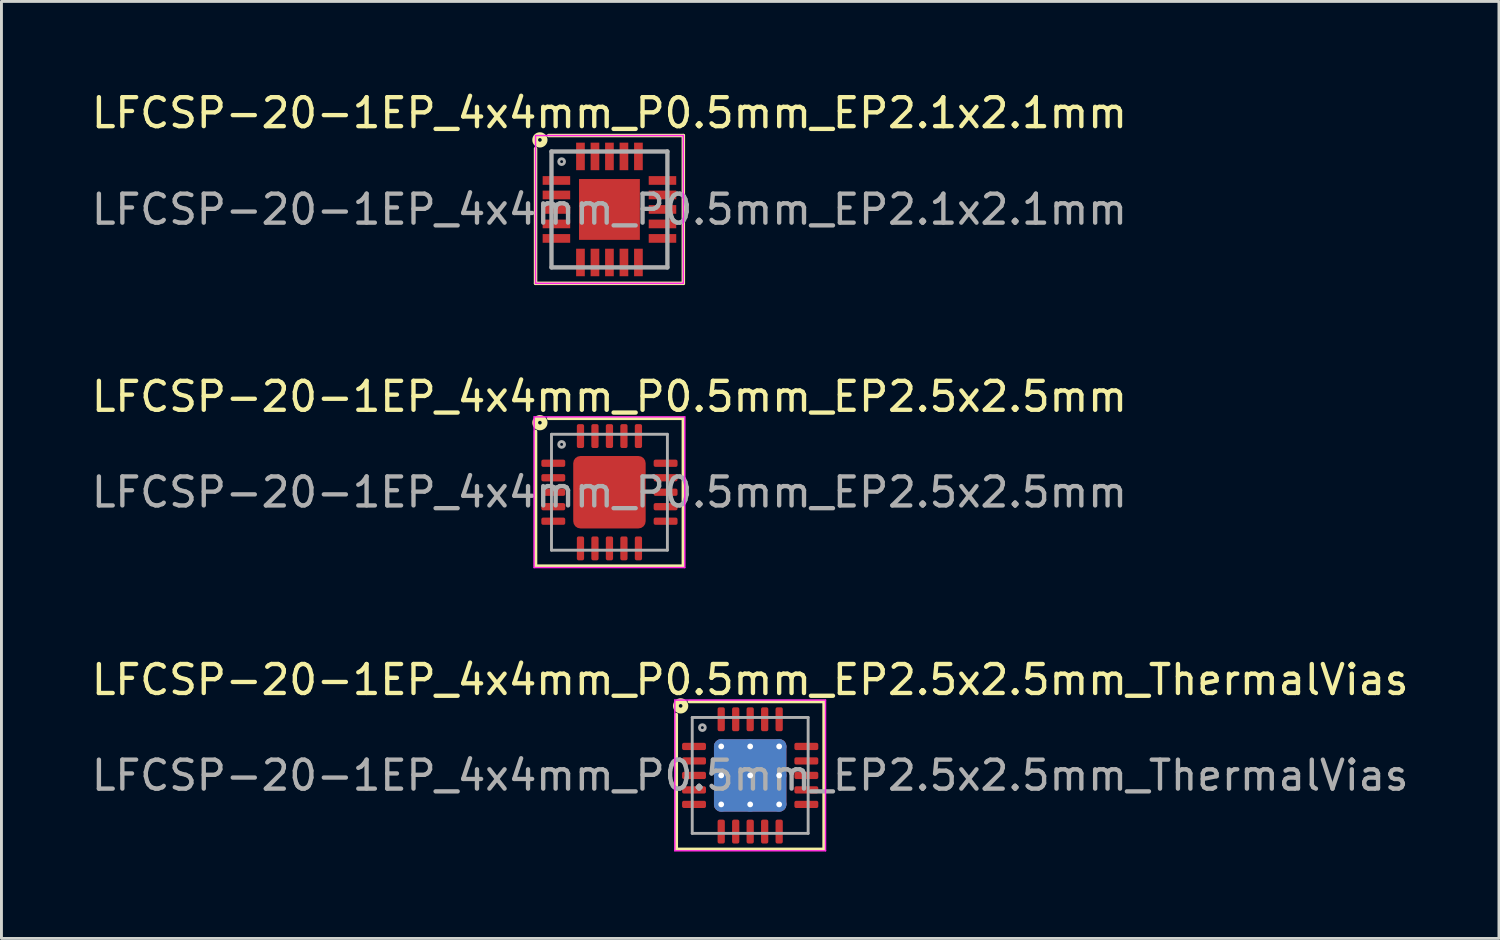
<source format=kicad_pcb>
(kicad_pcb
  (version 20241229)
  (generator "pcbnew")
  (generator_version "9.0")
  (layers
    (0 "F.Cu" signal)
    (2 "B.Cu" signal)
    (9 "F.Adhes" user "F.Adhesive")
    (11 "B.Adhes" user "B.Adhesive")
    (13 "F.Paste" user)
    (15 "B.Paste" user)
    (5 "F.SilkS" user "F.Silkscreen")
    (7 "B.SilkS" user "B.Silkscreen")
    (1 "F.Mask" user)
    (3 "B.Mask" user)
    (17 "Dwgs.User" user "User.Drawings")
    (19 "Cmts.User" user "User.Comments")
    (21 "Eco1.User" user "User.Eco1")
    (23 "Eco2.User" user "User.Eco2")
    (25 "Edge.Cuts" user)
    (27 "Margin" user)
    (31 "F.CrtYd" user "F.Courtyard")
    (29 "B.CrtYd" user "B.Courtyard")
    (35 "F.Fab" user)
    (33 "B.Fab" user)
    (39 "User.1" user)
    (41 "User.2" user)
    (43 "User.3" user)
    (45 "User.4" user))
  (footprint "LFCSP-20-1EP_4x4mm_P0.5mm_EP2.5x2.5mm"
    (layer "F.Cu")
    (at 17.982 13.937)
    (property "Reference" "LFCSP-20-1EP_4x4mm_P0.5mm_EP2.5x2.5mm" (at 0 -3.3 0) (layer "F.SilkS") (effects (font (size 1 1) (thickness 0.15))))
    (attr smd)
    (fp_line (start -2.55 2.55) (end -2.55 -2.1) (stroke (width 0.12) (type solid)) (layer "F.SilkS"))
    (fp_line (start 2.55 -2.55) (end -2.1 -2.55) (stroke (width 0.12) (type solid)) (layer "F.SilkS"))
    (fp_line (start 2.55 -2.55) (end 2.55 2.55) (stroke (width 0.12) (type solid)) (layer "F.SilkS"))
    (fp_line (start 2.55 2.55) (end -2.55 2.55) (stroke (width 0.12) (type solid)) (layer "F.SilkS"))
    (fp_circle (center -2.4 -2.4) (end -2.337 -2.4) (stroke (width 0.2) (type solid)) (fill no) (layer "F.SilkS"))
    (fp_line (start -2.6 -2.6) (end -2.6 2.6) (stroke (width 0.05) (type solid)) (layer "F.CrtYd"))
    (fp_line (start -2.6 2.6) (end 2.6 2.6) (stroke (width 0.05) (type solid)) (layer "F.CrtYd"))
    (fp_line (start 2.6 -2.6) (end -2.6 -2.6) (stroke (width 0.05) (type solid)) (layer "F.CrtYd"))
    (fp_line (start 2.6 2.6) (end 2.6 -2.6) (stroke (width 0.05) (type solid)) (layer "F.CrtYd"))
    (fp_line (start -2 -2) (end 2 -2) (stroke (width 0.1) (type solid)) (layer "F.Fab"))
    (fp_line (start -2 2) (end -2 -2) (stroke (width 0.1) (type solid)) (layer "F.Fab"))
    (fp_line (start 2 -2) (end 2 2) (stroke (width 0.1) (type solid)) (layer "F.Fab"))
    (fp_line (start 2 2) (end -2 2) (stroke (width 0.1) (type solid)) (layer "F.Fab"))
    (fp_circle (center -1.65 -1.65) (end -1.55 -1.65) (stroke (width 0.1) (type solid)) (fill no) (layer "F.Fab"))
    (fp_text user "${REFERENCE}" (at 0 0 0) (layer "F.Fab") (effects (font (size 1 1) (thickness 0.15))))
    (pad "" smd roundrect (at -0.625 -0.625) (size 1.01 1.01) (layers "F.Paste") (roundrect_rratio 0.248))
    (pad "" smd roundrect (at -0.625 0.625) (size 1.01 1.01) (layers "F.Paste") (roundrect_rratio 0.248))
    (pad "" smd roundrect (at 0.625 -0.625) (size 1.01 1.01) (layers "F.Paste") (roundrect_rratio 0.248))
    (pad "" smd roundrect (at 0.625 0.625) (size 1.01 1.01) (layers "F.Paste") (roundrect_rratio 0.248))
    (pad "1" smd roundrect (at -1.938 -1) (size 0.825 0.25) (layers "F.Cu" "F.Mask" "F.Paste") (roundrect_rratio 0.25))
    (pad "2" smd roundrect (at -1.938 -0.5) (size 0.825 0.25) (layers "F.Cu" "F.Mask" "F.Paste") (roundrect_rratio 0.25))
    (pad "3" smd roundrect (at -1.938 0) (size 0.825 0.25) (layers "F.Cu" "F.Mask" "F.Paste") (roundrect_rratio 0.25))
    (pad "4" smd roundrect (at -1.938 0.5) (size 0.825 0.25) (layers "F.Cu" "F.Mask" "F.Paste") (roundrect_rratio 0.25))
    (pad "5" smd roundrect (at -1.938 1) (size 0.825 0.25) (layers "F.Cu" "F.Mask" "F.Paste") (roundrect_rratio 0.25))
    (pad "6" smd roundrect (at -1 1.938) (size 0.25 0.825) (layers "F.Cu" "F.Mask" "F.Paste") (roundrect_rratio 0.25))
    (pad "7" smd roundrect (at -0.5 1.938) (size 0.25 0.825) (layers "F.Cu" "F.Mask" "F.Paste") (roundrect_rratio 0.25))
    (pad "8" smd roundrect (at 0 1.938) (size 0.25 0.825) (layers "F.Cu" "F.Mask" "F.Paste") (roundrect_rratio 0.25))
    (pad "9" smd roundrect (at 0.5 1.938) (size 0.25 0.825) (layers "F.Cu" "F.Mask" "F.Paste") (roundrect_rratio 0.25))
    (pad "10" smd roundrect (at 1 1.938) (size 0.25 0.825) (layers "F.Cu" "F.Mask" "F.Paste") (roundrect_rratio 0.25))
    (pad "11" smd roundrect (at 1.938 1) (size 0.825 0.25) (layers "F.Cu" "F.Mask" "F.Paste") (roundrect_rratio 0.25))
    (pad "12" smd roundrect (at 1.938 0.5) (size 0.825 0.25) (layers "F.Cu" "F.Mask" "F.Paste") (roundrect_rratio 0.25))
    (pad "13" smd roundrect (at 1.938 0) (size 0.825 0.25) (layers "F.Cu" "F.Mask" "F.Paste") (roundrect_rratio 0.25))
    (pad "14" smd roundrect (at 1.938 -0.5) (size 0.825 0.25) (layers "F.Cu" "F.Mask" "F.Paste") (roundrect_rratio 0.25))
    (pad "15" smd roundrect (at 1.938 -1) (size 0.825 0.25) (layers "F.Cu" "F.Mask" "F.Paste") (roundrect_rratio 0.25))
    (pad "16" smd roundrect (at 1 -1.938) (size 0.25 0.825) (layers "F.Cu" "F.Mask" "F.Paste") (roundrect_rratio 0.25))
    (pad "17" smd roundrect (at 0.5 -1.938) (size 0.25 0.825) (layers "F.Cu" "F.Mask" "F.Paste") (roundrect_rratio 0.25))
    (pad "18" smd roundrect (at 0 -1.938) (size 0.25 0.825) (layers "F.Cu" "F.Mask" "F.Paste") (roundrect_rratio 0.25))
    (pad "19" smd roundrect (at -0.5 -1.938) (size 0.25 0.825) (layers "F.Cu" "F.Mask" "F.Paste") (roundrect_rratio 0.25))
    (pad "20" smd roundrect (at -1 -1.938) (size 0.25 0.825) (layers "F.Cu" "F.Mask" "F.Paste") (roundrect_rratio 0.25))
    (pad "21" smd roundrect (at 0 0) (size 2.5 2.5) (layers "F.Cu" "F.Mask") (roundrect_rratio 0.1)))
  (footprint "LFCSP-20-1EP_4x4mm_P0.5mm_EP2.1x2.1mm"
    (layer "F.Cu")
    (at 17.982 4.178)
    (property "Reference" "LFCSP-20-1EP_4x4mm_P0.5mm_EP2.1x2.1mm" (at 0 -3.33 0) (layer "F.SilkS") (effects (font (size 1 1) (thickness 0.15))))
    (attr smd)
    (fp_line (start -2.55 2.55) (end -2.55 -2.1) (stroke (width 0.12) (type solid)) (layer "F.SilkS"))
    (fp_line (start 2.55 -2.55) (end -2.1 -2.55) (stroke (width 0.12) (type solid)) (layer "F.SilkS"))
    (fp_line (start 2.55 -2.55) (end 2.55 2.55) (stroke (width 0.12) (type solid)) (layer "F.SilkS"))
    (fp_line (start 2.55 2.55) (end -2.55 2.55) (stroke (width 0.12) (type solid)) (layer "F.SilkS"))
    (fp_circle (center -2.4 -2.4) (end -2.337 -2.4) (stroke (width 0.2) (type solid)) (fill no) (layer "F.SilkS"))
    (fp_line (start -2.55 -2.55) (end -2.55 2.55) (stroke (width 0.05) (type solid)) (layer "F.CrtYd"))
    (fp_line (start -2.55 -2.55) (end 2.55 -2.55) (stroke (width 0.05) (type solid)) (layer "F.CrtYd"))
    (fp_line (start -2.55 2.55) (end 2.55 2.55) (stroke (width 0.05) (type solid)) (layer "F.CrtYd"))
    (fp_line (start 2.55 -2.55) (end 2.55 2.55) (stroke (width 0.05) (type solid)) (layer "F.CrtYd"))
    (fp_line (start -2 -2) (end 2 -2) (stroke (width 0.15) (type solid)) (layer "F.Fab"))
    (fp_line (start -2 2) (end -2 -2) (stroke (width 0.15) (type solid)) (layer "F.Fab"))
    (fp_line (start 2 -2) (end 2 2) (stroke (width 0.15) (type solid)) (layer "F.Fab"))
    (fp_line (start 2 2) (end -2 2) (stroke (width 0.15) (type solid)) (layer "F.Fab"))
    (fp_circle (center -1.65 -1.65) (end -1.55 -1.65) (stroke (width 0.1) (type solid)) (fill no) (layer "F.Fab"))
    (fp_text user "${REFERENCE}" (at 0 0 0) (layer "F.Fab") (effects (font (size 1 1) (thickness 0.15))))
    (pad "" smd rect (at -0.525 -0.525) (size 0.86 0.86) (layers "F.Paste"))
    (pad "" smd rect (at -0.525 0.525) (size 0.86 0.86) (layers "F.Paste"))
    (pad "" smd rect (at 0.525 -0.525) (size 0.86 0.86) (layers "F.Paste"))
    (pad "" smd rect (at 0.525 0.525) (size 0.86 0.86) (layers "F.Paste"))
    (pad "1" smd rect (at -1.83 -1) (size 0.95 0.3) (layers "F.Cu" "F.Mask" "F.Paste"))
    (pad "2" smd rect (at -1.83 -0.5) (size 0.95 0.3) (layers "F.Cu" "F.Mask" "F.Paste"))
    (pad "3" smd rect (at -1.83 0) (size 0.95 0.3) (layers "F.Cu" "F.Mask" "F.Paste"))
    (pad "4" smd rect (at -1.83 0.5) (size 0.95 0.3) (layers "F.Cu" "F.Mask" "F.Paste"))
    (pad "5" smd rect (at -1.83 1) (size 0.95 0.3) (layers "F.Cu" "F.Mask" "F.Paste"))
    (pad "6" smd rect (at -1 1.83 90) (size 0.95 0.3) (layers "F.Cu" "F.Mask" "F.Paste"))
    (pad "7" smd rect (at -0.5 1.83 90) (size 0.95 0.3) (layers "F.Cu" "F.Mask" "F.Paste"))
    (pad "8" smd rect (at 0 1.83 90) (size 0.95 0.3) (layers "F.Cu" "F.Mask" "F.Paste"))
    (pad "9" smd rect (at 0.5 1.83 90) (size 0.95 0.3) (layers "F.Cu" "F.Mask" "F.Paste"))
    (pad "10" smd rect (at 1 1.83 90) (size 0.95 0.3) (layers "F.Cu" "F.Mask" "F.Paste"))
    (pad "11" smd rect (at 1.83 1) (size 0.95 0.3) (layers "F.Cu" "F.Mask" "F.Paste"))
    (pad "12" smd rect (at 1.83 0.5) (size 0.95 0.3) (layers "F.Cu" "F.Mask" "F.Paste"))
    (pad "13" smd rect (at 1.83 0) (size 0.95 0.3) (layers "F.Cu" "F.Mask" "F.Paste"))
    (pad "14" smd rect (at 1.83 -0.5) (size 0.95 0.3) (layers "F.Cu" "F.Mask" "F.Paste"))
    (pad "15" smd rect (at 1.83 -1) (size 0.95 0.3) (layers "F.Cu" "F.Mask" "F.Paste"))
    (pad "16" smd rect (at 1 -1.83 90) (size 0.95 0.3) (layers "F.Cu" "F.Mask" "F.Paste"))
    (pad "17" smd rect (at 0.5 -1.83 90) (size 0.95 0.3) (layers "F.Cu" "F.Mask" "F.Paste"))
    (pad "18" smd rect (at 0 -1.83 90) (size 0.95 0.3) (layers "F.Cu" "F.Mask" "F.Paste"))
    (pad "19" smd rect (at -0.5 -1.83 90) (size 0.95 0.3) (layers "F.Cu" "F.Mask" "F.Paste"))
    (pad "20" smd rect (at -1 -1.83 90) (size 0.95 0.3) (layers "F.Cu" "F.Mask" "F.Paste"))
    (pad "21" smd rect (at 0 0) (size 2.1 2.1) (layers "F.Cu" "F.Mask")))
  (footprint "LFCSP-20-1EP_4x4mm_P0.5mm_EP2.5x2.5mm_ThermalVias"
    (layer "F.Cu")
    (at 22.839 23.71)
    (property "Reference" "LFCSP-20-1EP_4x4mm_P0.5mm_EP2.5x2.5mm_ThermalVias" (at 0 -3.3 0) (layer "F.SilkS") (effects (font (size 1 1) (thickness 0.15))))
    (attr smd)
    (fp_line (start -2.55 2.55) (end -2.55 -2.1) (stroke (width 0.12) (type solid)) (layer "F.SilkS"))
    (fp_line (start 2.55 -2.55) (end -2.1 -2.55) (stroke (width 0.12) (type solid)) (layer "F.SilkS"))
    (fp_line (start 2.55 -2.55) (end 2.55 2.55) (stroke (width 0.12) (type solid)) (layer "F.SilkS"))
    (fp_line (start 2.55 2.55) (end -2.55 2.55) (stroke (width 0.12) (type solid)) (layer "F.SilkS"))
    (fp_circle (center -2.4 -2.4) (end -2.337 -2.4) (stroke (width 0.2) (type solid)) (fill no) (layer "F.SilkS"))
    (fp_line (start -2.6 -2.6) (end -2.6 2.6) (stroke (width 0.05) (type solid)) (layer "F.CrtYd"))
    (fp_line (start -2.6 2.6) (end 2.6 2.6) (stroke (width 0.05) (type solid)) (layer "F.CrtYd"))
    (fp_line (start 2.6 -2.6) (end -2.6 -2.6) (stroke (width 0.05) (type solid)) (layer "F.CrtYd"))
    (fp_line (start 2.6 2.6) (end 2.6 -2.6) (stroke (width 0.05) (type solid)) (layer "F.CrtYd"))
    (fp_line (start -2 -2) (end 2 -2) (stroke (width 0.1) (type solid)) (layer "F.Fab"))
    (fp_line (start -2 2) (end -2 -2) (stroke (width 0.1) (type solid)) (layer "F.Fab"))
    (fp_line (start 2 -2) (end 2 2) (stroke (width 0.1) (type solid)) (layer "F.Fab"))
    (fp_line (start 2 2) (end -2 2) (stroke (width 0.1) (type solid)) (layer "F.Fab"))
    (fp_circle (center -1.65 -1.65) (end -1.55 -1.65) (stroke (width 0.1) (type solid)) (fill no) (layer "F.Fab"))
    (fp_text user "${REFERENCE}" (at 0 0 0) (layer "F.Fab") (effects (font (size 1 1) (thickness 0.15))))
    (pad "" smd roundrect (at -0.625 -0.625) (size 1.08 1.08) (layers "F.Paste") (roundrect_rratio 0.231))
    (pad "" smd roundrect (at -0.625 0.625) (size 1.08 1.08) (layers "F.Paste") (roundrect_rratio 0.231))
    (pad "" smd roundrect (at 0.625 -0.625) (size 1.08 1.08) (layers "F.Paste") (roundrect_rratio 0.231))
    (pad "" smd roundrect (at 0.625 0.625) (size 1.08 1.08) (layers "F.Paste") (roundrect_rratio 0.231))
    (pad "1" smd roundrect (at -1.938 -1) (size 0.825 0.25) (layers "F.Cu" "F.Mask" "F.Paste") (roundrect_rratio 0.25))
    (pad "2" smd roundrect (at -1.938 -0.5) (size 0.825 0.25) (layers "F.Cu" "F.Mask" "F.Paste") (roundrect_rratio 0.25))
    (pad "3" smd roundrect (at -1.938 0) (size 0.825 0.25) (layers "F.Cu" "F.Mask" "F.Paste") (roundrect_rratio 0.25))
    (pad "4" smd roundrect (at -1.938 0.5) (size 0.825 0.25) (layers "F.Cu" "F.Mask" "F.Paste") (roundrect_rratio 0.25))
    (pad "5" smd roundrect (at -1.938 1) (size 0.825 0.25) (layers "F.Cu" "F.Mask" "F.Paste") (roundrect_rratio 0.25))
    (pad "6" smd roundrect (at -1 1.938) (size 0.25 0.825) (layers "F.Cu" "F.Mask" "F.Paste") (roundrect_rratio 0.25))
    (pad "7" smd roundrect (at -0.5 1.938) (size 0.25 0.825) (layers "F.Cu" "F.Mask" "F.Paste") (roundrect_rratio 0.25))
    (pad "8" smd roundrect (at 0 1.938) (size 0.25 0.825) (layers "F.Cu" "F.Mask" "F.Paste") (roundrect_rratio 0.25))
    (pad "9" smd roundrect (at 0.5 1.938) (size 0.25 0.825) (layers "F.Cu" "F.Mask" "F.Paste") (roundrect_rratio 0.25))
    (pad "10" smd roundrect (at 1 1.938) (size 0.25 0.825) (layers "F.Cu" "F.Mask" "F.Paste") (roundrect_rratio 0.25))
    (pad "11" smd roundrect (at 1.938 1) (size 0.825 0.25) (layers "F.Cu" "F.Mask" "F.Paste") (roundrect_rratio 0.25))
    (pad "12" smd roundrect (at 1.938 0.5) (size 0.825 0.25) (layers "F.Cu" "F.Mask" "F.Paste") (roundrect_rratio 0.25))
    (pad "13" smd roundrect (at 1.938 0) (size 0.825 0.25) (layers "F.Cu" "F.Mask" "F.Paste") (roundrect_rratio 0.25))
    (pad "14" smd roundrect (at 1.938 -0.5) (size 0.825 0.25) (layers "F.Cu" "F.Mask" "F.Paste") (roundrect_rratio 0.25))
    (pad "15" smd roundrect (at 1.938 -1) (size 0.825 0.25) (layers "F.Cu" "F.Mask" "F.Paste") (roundrect_rratio 0.25))
    (pad "16" smd roundrect (at 1 -1.938) (size 0.25 0.825) (layers "F.Cu" "F.Mask" "F.Paste") (roundrect_rratio 0.25))
    (pad "17" smd roundrect (at 0.5 -1.938) (size 0.25 0.825) (layers "F.Cu" "F.Mask" "F.Paste") (roundrect_rratio 0.25))
    (pad "18" smd roundrect (at 0 -1.938) (size 0.25 0.825) (layers "F.Cu" "F.Mask" "F.Paste") (roundrect_rratio 0.25))
    (pad "19" smd roundrect (at -0.5 -1.938) (size 0.25 0.825) (layers "F.Cu" "F.Mask" "F.Paste") (roundrect_rratio 0.25))
    (pad "20" smd roundrect (at -1 -1.938) (size 0.25 0.825) (layers "F.Cu" "F.Mask" "F.Paste") (roundrect_rratio 0.25))
    (pad "21" thru_hole circle (at -1 -1) (size 0.5 0.5) (drill 0.2) (layers "*.Cu"))
    (pad "21" thru_hole circle (at -1 0) (size 0.5 0.5) (drill 0.2) (layers "*.Cu"))
    (pad "21" thru_hole circle (at -1 1) (size 0.5 0.5) (drill 0.2) (layers "*.Cu"))
    (pad "21" thru_hole circle (at 0 -1) (size 0.5 0.5) (drill 0.2) (layers "*.Cu"))
    (pad "21" thru_hole circle (at 0 0) (size 0.5 0.5) (drill 0.2) (layers "*.Cu"))
    (pad "21" smd roundrect (at 0 0) (size 2.5 2.5) (layers "F.Cu" "F.Mask") (roundrect_rratio 0.1))
    (pad "21" smd roundrect (at 0 0) (size 2.5 2.5) (layers "B.Cu" "B.Mask") (roundrect_rratio 0.1))
    (pad "21" thru_hole circle (at 0 1) (size 0.5 0.5) (drill 0.2) (layers "*.Cu"))
    (pad "21" thru_hole circle (at 1 -1) (size 0.5 0.5) (drill 0.2) (layers "*.Cu"))
    (pad "21" thru_hole circle (at 1 0) (size 0.5 0.5) (drill 0.2) (layers "*.Cu"))
    (pad "21" thru_hole circle (at 1 1) (size 0.5 0.5) (drill 0.2) (layers "*.Cu")))
  (gr_rect
    (start -3 -3)
    (end 48.679 29.335)
    (stroke (width 0.1) (type default))
    (fill no)
    (layer "Edge.Cuts")))
</source>
